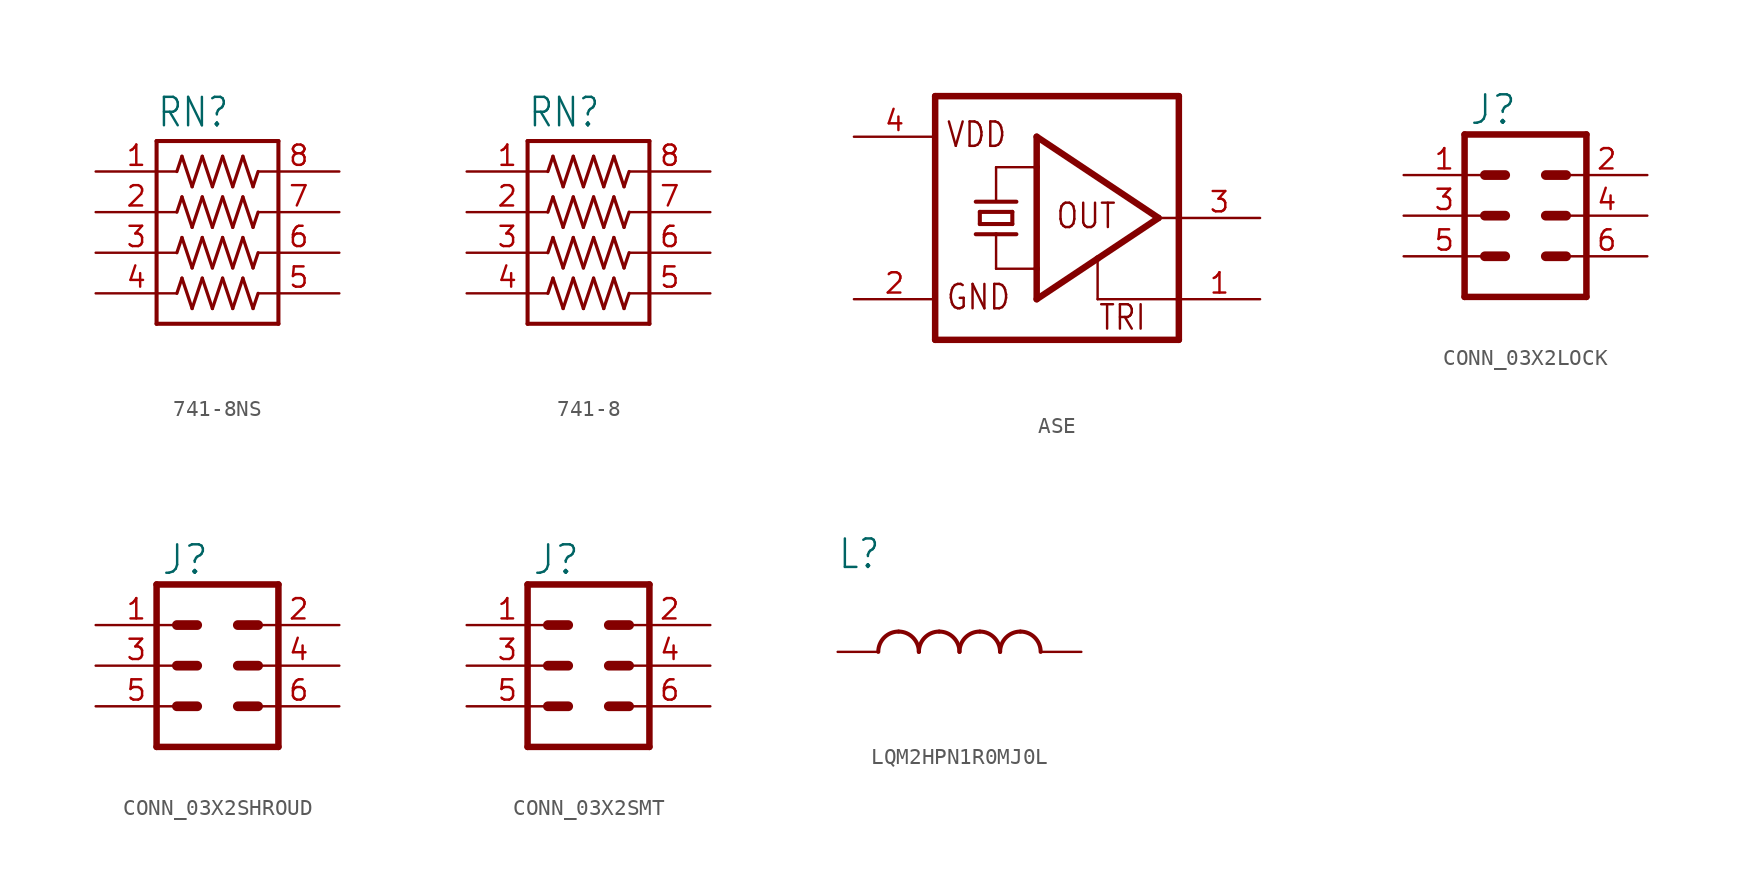
<source format=kicad_sym>
(kicad_symbol_lib
  (version 20231120)
  (generator "kicad_symbol_editor")
  (generator_version "8.0")
  (symbol "741-8NS"
    (property "Reference" "RN"
      (at -3.81 5.207 0)
      (effects (font (size 1.778 1.511)) (justify left bottom)))
    (property "Value" ""
      (at -3.81 -9.525 0)
      (effects (font (size 1.778 1.511)) (justify left bottom)))
    (property "ki_locked" ""
      (at 0 0 0)
      (effects (font (size 1.27 1.27))))
    (symbol "741-8NS_1_0"
      (polyline (pts (xy -3.81 -6.985) (xy -3.81 4.445)) (stroke (width 0.254) (type solid)) (fill (type none)))
      (polyline (pts (xy -3.81 4.445) (xy 3.81 4.445)) (stroke (width 0.254) (type solid)) (fill (type none)))
      (polyline (pts (xy -2.223 -4.128) (xy -2.54 -5.08)) (stroke (width 0.203) (type solid)) (fill (type none)))
      (polyline (pts (xy -2.223 -1.587) (xy -2.54 -2.54)) (stroke (width 0.203) (type solid)) (fill (type none)))
      (polyline (pts (xy -2.223 0.953) (xy -2.54 0)) (stroke (width 0.203) (type solid)) (fill (type none)))
      (polyline (pts (xy -2.223 3.493) (xy -2.54 2.54)) (stroke (width 0.203) (type solid)) (fill (type none)))
      (polyline (pts (xy -1.587 -6.032) (xy -2.223 -4.128)) (stroke (width 0.203) (type solid)) (fill (type none)))
      (polyline (pts (xy -1.587 -3.493) (xy -2.223 -1.587)) (stroke (width 0.203) (type solid)) (fill (type none)))
      (polyline (pts (xy -1.587 -0.953) (xy -2.223 0.953)) (stroke (width 0.203) (type solid)) (fill (type none)))
      (polyline (pts (xy -1.587 1.587) (xy -2.223 3.493)) (stroke (width 0.203) (type solid)) (fill (type none)))
      (polyline (pts (xy -0.953 -4.128) (xy -1.587 -6.032)) (stroke (width 0.203) (type solid)) (fill (type none)))
      (polyline (pts (xy -0.953 -1.587) (xy -1.587 -3.493)) (stroke (width 0.203) (type solid)) (fill (type none)))
      (polyline (pts (xy -0.953 0.953) (xy -1.587 -0.953)) (stroke (width 0.203) (type solid)) (fill (type none)))
      (polyline (pts (xy -0.953 3.493) (xy -1.587 1.587)) (stroke (width 0.203) (type solid)) (fill (type none)))
      (polyline (pts (xy -0.318 -6.032) (xy -0.953 -4.128)) (stroke (width 0.203) (type solid)) (fill (type none)))
      (polyline (pts (xy -0.318 -3.493) (xy -0.953 -1.587)) (stroke (width 0.203) (type solid)) (fill (type none)))
      (polyline (pts (xy -0.318 -0.953) (xy -0.953 0.953)) (stroke (width 0.203) (type solid)) (fill (type none)))
      (polyline (pts (xy -0.318 1.587) (xy -0.953 3.493)) (stroke (width 0.203) (type solid)) (fill (type none)))
      (polyline (pts (xy 0.318 -4.128) (xy -0.318 -6.032)) (stroke (width 0.203) (type solid)) (fill (type none)))
      (polyline (pts (xy 0.318 -1.587) (xy -0.318 -3.493)) (stroke (width 0.203) (type solid)) (fill (type none)))
      (polyline (pts (xy 0.318 0.953) (xy -0.318 -0.953)) (stroke (width 0.203) (type solid)) (fill (type none)))
      (polyline (pts (xy 0.318 3.493) (xy -0.318 1.587)) (stroke (width 0.203) (type solid)) (fill (type none)))
      (polyline (pts (xy 0.953 -6.032) (xy 0.318 -4.128)) (stroke (width 0.203) (type solid)) (fill (type none)))
      (polyline (pts (xy 0.953 -3.493) (xy 0.318 -1.587)) (stroke (width 0.203) (type solid)) (fill (type none)))
      (polyline (pts (xy 0.953 -0.953) (xy 0.318 0.953)) (stroke (width 0.203) (type solid)) (fill (type none)))
      (polyline (pts (xy 0.953 1.587) (xy 0.318 3.493)) (stroke (width 0.203) (type solid)) (fill (type none)))
      (polyline (pts (xy 1.587 -4.128) (xy 0.953 -6.032)) (stroke (width 0.203) (type solid)) (fill (type none)))
      (polyline (pts (xy 1.587 -1.587) (xy 0.953 -3.493)) (stroke (width 0.203) (type solid)) (fill (type none)))
      (polyline (pts (xy 1.587 0.953) (xy 0.953 -0.953)) (stroke (width 0.203) (type solid)) (fill (type none)))
      (polyline (pts (xy 1.587 3.493) (xy 0.953 1.587)) (stroke (width 0.203) (type solid)) (fill (type none)))
      (polyline (pts (xy 2.223 -6.032) (xy 1.587 -4.128)) (stroke (width 0.203) (type solid)) (fill (type none)))
      (polyline (pts (xy 2.223 -3.493) (xy 1.587 -1.587)) (stroke (width 0.203) (type solid)) (fill (type none)))
      (polyline (pts (xy 2.223 -0.953) (xy 1.587 0.953)) (stroke (width 0.203) (type solid)) (fill (type none)))
      (polyline (pts (xy 2.223 1.587) (xy 1.587 3.493)) (stroke (width 0.203) (type solid)) (fill (type none)))
      (polyline (pts (xy 2.54 -5.08) (xy 2.223 -6.032)) (stroke (width 0.203) (type solid)) (fill (type none)))
      (polyline (pts (xy 2.54 -2.54) (xy 2.223 -3.493)) (stroke (width 0.203) (type solid)) (fill (type none)))
      (polyline (pts (xy 2.54 0) (xy 2.223 -0.953)) (stroke (width 0.203) (type solid)) (fill (type none)))
      (polyline (pts (xy 2.54 2.54) (xy 2.223 1.587)) (stroke (width 0.203) (type solid)) (fill (type none)))
      (polyline (pts (xy 3.81 -6.985) (xy -3.81 -6.985)) (stroke (width 0.254) (type solid)) (fill (type none)))
      (polyline (pts (xy 3.81 4.445) (xy 3.81 -6.985)) (stroke (width 0.254) (type solid)) (fill (type none)))
      (pin passive line (at -7.62 2.54 0) (length 5.08) (name "1" (effects (font (size 0 0)))) (number "1" (effects (font (size 1.27 1.27)))))
      (pin passive line (at -7.62 0 0) (length 5.08) (name "2" (effects (font (size 0 0)))) (number "2" (effects (font (size 1.27 1.27)))))
      (pin passive line (at -7.62 -2.54 0) (length 5.08) (name "3" (effects (font (size 0 0)))) (number "3" (effects (font (size 1.27 1.27)))))
      (pin passive line (at -7.62 -5.08 0) (length 5.08) (name "4" (effects (font (size 0 0)))) (number "4" (effects (font (size 1.27 1.27)))))
      (pin passive line (at 7.62 -5.08 180) (length 5.08) (name "5" (effects (font (size 0 0)))) (number "5" (effects (font (size 1.27 1.27)))))
      (pin passive line (at 7.62 -2.54 180) (length 5.08) (name "6" (effects (font (size 0 0)))) (number "6" (effects (font (size 1.27 1.27)))))
      (pin passive line (at 7.62 0 180) (length 5.08) (name "7" (effects (font (size 0 0)))) (number "7" (effects (font (size 1.27 1.27)))))
      (pin passive line (at 7.62 2.54 180) (length 5.08) (name "8" (effects (font (size 0 0)))) (number "8" (effects (font (size 1.27 1.27)))))))
  (symbol "741-8"
    (property "Reference" "RN"
      (at -3.81 5.207 0)
      (effects (font (size 1.778 1.511)) (justify left bottom)))
    (property "Value" ""
      (at -3.81 -9.525 0)
      (effects (font (size 1.778 1.511)) (justify left bottom)))
    (property "ki_locked" ""
      (at 0 0 0)
      (effects (font (size 1.27 1.27))))
    (symbol "741-8_1_0"
      (polyline (pts (xy -3.81 -6.985) (xy -3.81 4.445)) (stroke (width 0.254) (type solid)) (fill (type none)))
      (polyline (pts (xy -3.81 4.445) (xy 3.81 4.445)) (stroke (width 0.254) (type solid)) (fill (type none)))
      (polyline (pts (xy -2.223 -4.128) (xy -2.54 -5.08)) (stroke (width 0.203) (type solid)) (fill (type none)))
      (polyline (pts (xy -2.223 -1.587) (xy -2.54 -2.54)) (stroke (width 0.203) (type solid)) (fill (type none)))
      (polyline (pts (xy -2.223 0.953) (xy -2.54 0)) (stroke (width 0.203) (type solid)) (fill (type none)))
      (polyline (pts (xy -2.223 3.493) (xy -2.54 2.54)) (stroke (width 0.203) (type solid)) (fill (type none)))
      (polyline (pts (xy -1.587 -6.032) (xy -2.223 -4.128)) (stroke (width 0.203) (type solid)) (fill (type none)))
      (polyline (pts (xy -1.587 -3.493) (xy -2.223 -1.587)) (stroke (width 0.203) (type solid)) (fill (type none)))
      (polyline (pts (xy -1.587 -0.953) (xy -2.223 0.953)) (stroke (width 0.203) (type solid)) (fill (type none)))
      (polyline (pts (xy -1.587 1.587) (xy -2.223 3.493)) (stroke (width 0.203) (type solid)) (fill (type none)))
      (polyline (pts (xy -0.953 -4.128) (xy -1.587 -6.032)) (stroke (width 0.203) (type solid)) (fill (type none)))
      (polyline (pts (xy -0.953 -1.587) (xy -1.587 -3.493)) (stroke (width 0.203) (type solid)) (fill (type none)))
      (polyline (pts (xy -0.953 0.953) (xy -1.587 -0.953)) (stroke (width 0.203) (type solid)) (fill (type none)))
      (polyline (pts (xy -0.953 3.493) (xy -1.587 1.587)) (stroke (width 0.203) (type solid)) (fill (type none)))
      (polyline (pts (xy -0.318 -6.032) (xy -0.953 -4.128)) (stroke (width 0.203) (type solid)) (fill (type none)))
      (polyline (pts (xy -0.318 -3.493) (xy -0.953 -1.587)) (stroke (width 0.203) (type solid)) (fill (type none)))
      (polyline (pts (xy -0.318 -0.953) (xy -0.953 0.953)) (stroke (width 0.203) (type solid)) (fill (type none)))
      (polyline (pts (xy -0.318 1.587) (xy -0.953 3.493)) (stroke (width 0.203) (type solid)) (fill (type none)))
      (polyline (pts (xy 0.318 -4.128) (xy -0.318 -6.032)) (stroke (width 0.203) (type solid)) (fill (type none)))
      (polyline (pts (xy 0.318 -1.587) (xy -0.318 -3.493)) (stroke (width 0.203) (type solid)) (fill (type none)))
      (polyline (pts (xy 0.318 0.953) (xy -0.318 -0.953)) (stroke (width 0.203) (type solid)) (fill (type none)))
      (polyline (pts (xy 0.318 3.493) (xy -0.318 1.587)) (stroke (width 0.203) (type solid)) (fill (type none)))
      (polyline (pts (xy 0.953 -6.032) (xy 0.318 -4.128)) (stroke (width 0.203) (type solid)) (fill (type none)))
      (polyline (pts (xy 0.953 -3.493) (xy 0.318 -1.587)) (stroke (width 0.203) (type solid)) (fill (type none)))
      (polyline (pts (xy 0.953 -0.953) (xy 0.318 0.953)) (stroke (width 0.203) (type solid)) (fill (type none)))
      (polyline (pts (xy 0.953 1.587) (xy 0.318 3.493)) (stroke (width 0.203) (type solid)) (fill (type none)))
      (polyline (pts (xy 1.587 -4.128) (xy 0.953 -6.032)) (stroke (width 0.203) (type solid)) (fill (type none)))
      (polyline (pts (xy 1.587 -1.587) (xy 0.953 -3.493)) (stroke (width 0.203) (type solid)) (fill (type none)))
      (polyline (pts (xy 1.587 0.953) (xy 0.953 -0.953)) (stroke (width 0.203) (type solid)) (fill (type none)))
      (polyline (pts (xy 1.587 3.493) (xy 0.953 1.587)) (stroke (width 0.203) (type solid)) (fill (type none)))
      (polyline (pts (xy 2.223 -6.032) (xy 1.587 -4.128)) (stroke (width 0.203) (type solid)) (fill (type none)))
      (polyline (pts (xy 2.223 -3.493) (xy 1.587 -1.587)) (stroke (width 0.203) (type solid)) (fill (type none)))
      (polyline (pts (xy 2.223 -0.953) (xy 1.587 0.953)) (stroke (width 0.203) (type solid)) (fill (type none)))
      (polyline (pts (xy 2.223 1.587) (xy 1.587 3.493)) (stroke (width 0.203) (type solid)) (fill (type none)))
      (polyline (pts (xy 2.54 -5.08) (xy 2.223 -6.032)) (stroke (width 0.203) (type solid)) (fill (type none)))
      (polyline (pts (xy 2.54 -2.54) (xy 2.223 -3.493)) (stroke (width 0.203) (type solid)) (fill (type none)))
      (polyline (pts (xy 2.54 0) (xy 2.223 -0.953)) (stroke (width 0.203) (type solid)) (fill (type none)))
      (polyline (pts (xy 2.54 2.54) (xy 2.223 1.587)) (stroke (width 0.203) (type solid)) (fill (type none)))
      (polyline (pts (xy 3.81 -6.985) (xy -3.81 -6.985)) (stroke (width 0.254) (type solid)) (fill (type none)))
      (polyline (pts (xy 3.81 4.445) (xy 3.81 -6.985)) (stroke (width 0.254) (type solid)) (fill (type none)))
      (pin passive line (at -7.62 2.54 0) (length 5.08) (name "1" (effects (font (size 0 0)))) (number "1" (effects (font (size 1.27 1.27)))))
      (pin passive line (at -7.62 0 0) (length 5.08) (name "2" (effects (font (size 0 0)))) (number "2" (effects (font (size 1.27 1.27)))))
      (pin passive line (at -7.62 -2.54 0) (length 5.08) (name "3" (effects (font (size 0 0)))) (number "3" (effects (font (size 1.27 1.27)))))
      (pin passive line (at -7.62 -5.08 0) (length 5.08) (name "4" (effects (font (size 0 0)))) (number "4" (effects (font (size 1.27 1.27)))))
      (pin passive line (at 7.62 -5.08 180) (length 5.08) (name "5" (effects (font (size 0 0)))) (number "5" (effects (font (size 1.27 1.27)))))
      (pin passive line (at 7.62 -2.54 180) (length 5.08) (name "6" (effects (font (size 0 0)))) (number "6" (effects (font (size 1.27 1.27)))))
      (pin passive line (at 7.62 0 180) (length 5.08) (name "7" (effects (font (size 0 0)))) (number "7" (effects (font (size 1.27 1.27)))))
      (pin passive line (at 7.62 2.54 180) (length 5.08) (name "8" (effects (font (size 0 0)))) (number "8" (effects (font (size 1.27 1.27)))))))
  (symbol "ASE"
    (property "Reference" ""
      (at -7.62 8.255 0)
      (effects (font (size 1.778 1.511)) (justify left bottom) (hide yes)))
    (property "Value" ""
      (at -7.62 -10.16 0)
      (effects (font (size 1.778 1.511)) (justify left bottom)))
    (property "ki_locked" ""
      (at 0 0 0)
      (effects (font (size 1.27 1.27))))
    (symbol "ASE_1_0"
      (polyline (pts (xy -7.62 7.62) (xy -7.62 -7.62)) (stroke (width 0.406) (type solid)) (fill (type none)))
      (polyline (pts (xy -7.62 7.62) (xy 7.62 7.62)) (stroke (width 0.406) (type solid)) (fill (type none)))
      (polyline (pts (xy -5.08 -1.016) (xy -3.81 -1.016)) (stroke (width 0.254) (type solid)) (fill (type none)))
      (polyline (pts (xy -5.08 1.016) (xy -2.54 1.016)) (stroke (width 0.254) (type solid)) (fill (type none)))
      (polyline (pts (xy -4.826 -0.381) (xy -4.826 0.381)) (stroke (width 0.254) (type solid)) (fill (type none)))
      (polyline (pts (xy -4.826 -0.381) (xy -2.794 -0.381)) (stroke (width 0.254) (type solid)) (fill (type none)))
      (polyline (pts (xy -4.826 0.381) (xy -2.794 0.381)) (stroke (width 0.254) (type solid)) (fill (type none)))
      (polyline (pts (xy -3.81 -3.175) (xy -3.81 -1.016)) (stroke (width 0.152) (type solid)) (fill (type none)))
      (polyline (pts (xy -3.81 -3.175) (xy -1.27 -3.175)) (stroke (width 0.152) (type solid)) (fill (type none)))
      (polyline (pts (xy -3.81 -1.016) (xy -2.54 -1.016)) (stroke (width 0.254) (type solid)) (fill (type none)))
      (polyline (pts (xy -3.81 1.016) (xy -3.81 3.175)) (stroke (width 0.152) (type solid)) (fill (type none)))
      (polyline (pts (xy -3.81 3.175) (xy -1.27 3.175)) (stroke (width 0.152) (type solid)) (fill (type none)))
      (polyline (pts (xy -2.794 0.381) (xy -2.794 -0.381)) (stroke (width 0.254) (type solid)) (fill (type none)))
      (polyline (pts (xy -1.27 -5.08) (xy -1.27 -3.175)) (stroke (width 0.406) (type solid)) (fill (type none)))
      (polyline (pts (xy -1.27 -3.175) (xy -1.27 3.175)) (stroke (width 0.406) (type solid)) (fill (type none)))
      (polyline (pts (xy -1.27 3.175) (xy -1.27 5.08)) (stroke (width 0.406) (type solid)) (fill (type none)))
      (polyline (pts (xy -1.27 5.08) (xy 6.35 0)) (stroke (width 0.406) (type solid)) (fill (type none)))
      (polyline (pts (xy 2.54 -5.08) (xy 2.54 -2.54)) (stroke (width 0.152) (type solid)) (fill (type none)))
      (polyline (pts (xy 2.54 -2.54) (xy -1.27 -5.08)) (stroke (width 0.406) (type solid)) (fill (type none)))
      (polyline (pts (xy 6.35 0) (xy 2.54 -2.54)) (stroke (width 0.406) (type solid)) (fill (type none)))
      (polyline (pts (xy 6.35 0) (xy 7.62 0)) (stroke (width 0.152) (type solid)) (fill (type none)))
      (polyline (pts (xy 7.62 -7.62) (xy -7.62 -7.62)) (stroke (width 0.406) (type solid)) (fill (type none)))
      (polyline (pts (xy 7.62 -7.62) (xy 7.62 -5.08)) (stroke (width 0.406) (type solid)) (fill (type none)))
      (polyline (pts (xy 7.62 -5.08) (xy 2.54 -5.08)) (stroke (width 0.152) (type solid)) (fill (type none)))
      (polyline (pts (xy 7.62 -5.08) (xy 7.62 0)) (stroke (width 0.406) (type solid)) (fill (type none)))
      (polyline (pts (xy 7.62 0) (xy 7.62 7.62)) (stroke (width 0.406) (type solid)) (fill (type none)))
      (text "GND" (at -6.985 -5.842 0) (effects (font (size 1.524 1.295)) (justify left bottom)))
      (text "OUT" (at -0.127 -0.762 0) (effects (font (size 1.524 1.295)) (justify left bottom)))
      (text "TRI" (at 2.54 -7.112 0) (effects (font (size 1.524 1.295)) (justify left bottom)))
      (text "VDD" (at -6.985 4.318 0) (effects (font (size 1.524 1.295)) (justify left bottom)))
      (pin input line (at 12.7 -5.08 180) (length 5.08) (name "TRI" (effects (font (size 0 0)))) (number "1" (effects (font (size 1.27 1.27)))))
      (pin power_in line (at -12.7 -5.08 0) (length 5.08) (name "GND" (effects (font (size 0 0)))) (number "2" (effects (font (size 1.27 1.27)))))
      (pin output line (at 12.7 0 180) (length 5.08) (name "OUT" (effects (font (size 0 0)))) (number "3" (effects (font (size 1.27 1.27)))))
      (pin power_in line (at -12.7 5.08 0) (length 5.08) (name "VDD" (effects (font (size 0 0)))) (number "4" (effects (font (size 1.27 1.27)))))))
  (symbol "CONN_03X2LOCK"
    (property "Reference" "J"
      (at -3.556 5.588 0)
      (effects (font (size 1.778 1.778)) (justify left bottom)))
    (property "Value" ""
      (at -3.302 -5.842 0)
      (effects (font (size 1.778 1.778)) (justify left top)))
    (property "ki_locked" ""
      (at 0 0 0)
      (effects (font (size 1.27 1.27))))
    (symbol "CONN_03X2LOCK_1_0"
      (polyline (pts (xy -3.81 5.08) (xy -3.81 -5.08)) (stroke (width 0.406) (type solid)) (fill (type none)))
      (polyline (pts (xy -3.81 5.08) (xy 3.81 5.08)) (stroke (width 0.406) (type solid)) (fill (type none)))
      (polyline (pts (xy -1.27 -2.54) (xy -2.54 -2.54)) (stroke (width 0.61) (type solid)) (fill (type none)))
      (polyline (pts (xy -1.27 0) (xy -2.54 0)) (stroke (width 0.61) (type solid)) (fill (type none)))
      (polyline (pts (xy -1.27 2.54) (xy -2.54 2.54)) (stroke (width 0.61) (type solid)) (fill (type none)))
      (polyline (pts (xy 1.27 -2.54) (xy 2.54 -2.54)) (stroke (width 0.61) (type solid)) (fill (type none)))
      (polyline (pts (xy 1.27 0) (xy 2.54 0)) (stroke (width 0.61) (type solid)) (fill (type none)))
      (polyline (pts (xy 1.27 2.54) (xy 2.54 2.54)) (stroke (width 0.61) (type solid)) (fill (type none)))
      (polyline (pts (xy 3.81 -5.08) (xy -3.81 -5.08)) (stroke (width 0.406) (type solid)) (fill (type none)))
      (polyline (pts (xy 3.81 -5.08) (xy 3.81 5.08)) (stroke (width 0.406) (type solid)) (fill (type none)))
      (pin bidirectional line (at -7.62 2.54 0) (length 5.08) (name "1" (effects (font (size 0 0)))) (number "1" (effects (font (size 1.27 1.27)))))
      (pin bidirectional line (at 7.62 2.54 180) (length 5.08) (name "2" (effects (font (size 0 0)))) (number "2" (effects (font (size 1.27 1.27)))))
      (pin bidirectional line (at -7.62 0 0) (length 5.08) (name "3" (effects (font (size 0 0)))) (number "3" (effects (font (size 1.27 1.27)))))
      (pin bidirectional line (at 7.62 0 180) (length 5.08) (name "4" (effects (font (size 0 0)))) (number "4" (effects (font (size 1.27 1.27)))))
      (pin bidirectional line (at -7.62 -2.54 0) (length 5.08) (name "5" (effects (font (size 0 0)))) (number "5" (effects (font (size 1.27 1.27)))))
      (pin bidirectional line (at 7.62 -2.54 180) (length 5.08) (name "6" (effects (font (size 0 0)))) (number "6" (effects (font (size 1.27 1.27)))))))
  (symbol "CONN_03X2SHROUD"
    (property "Reference" "J"
      (at -3.556 5.588 0)
      (effects (font (size 1.778 1.778)) (justify left bottom)))
    (property "Value" ""
      (at -3.302 -5.842 0)
      (effects (font (size 1.778 1.778)) (justify left top)))
    (property "ki_locked" ""
      (at 0 0 0)
      (effects (font (size 1.27 1.27))))
    (symbol "CONN_03X2SHROUD_1_0"
      (polyline (pts (xy -3.81 5.08) (xy -3.81 -5.08)) (stroke (width 0.406) (type solid)) (fill (type none)))
      (polyline (pts (xy -3.81 5.08) (xy 3.81 5.08)) (stroke (width 0.406) (type solid)) (fill (type none)))
      (polyline (pts (xy -1.27 -2.54) (xy -2.54 -2.54)) (stroke (width 0.61) (type solid)) (fill (type none)))
      (polyline (pts (xy -1.27 0) (xy -2.54 0)) (stroke (width 0.61) (type solid)) (fill (type none)))
      (polyline (pts (xy -1.27 2.54) (xy -2.54 2.54)) (stroke (width 0.61) (type solid)) (fill (type none)))
      (polyline (pts (xy 1.27 -2.54) (xy 2.54 -2.54)) (stroke (width 0.61) (type solid)) (fill (type none)))
      (polyline (pts (xy 1.27 0) (xy 2.54 0)) (stroke (width 0.61) (type solid)) (fill (type none)))
      (polyline (pts (xy 1.27 2.54) (xy 2.54 2.54)) (stroke (width 0.61) (type solid)) (fill (type none)))
      (polyline (pts (xy 3.81 -5.08) (xy -3.81 -5.08)) (stroke (width 0.406) (type solid)) (fill (type none)))
      (polyline (pts (xy 3.81 -5.08) (xy 3.81 5.08)) (stroke (width 0.406) (type solid)) (fill (type none)))
      (pin bidirectional line (at -7.62 2.54 0) (length 5.08) (name "1" (effects (font (size 0 0)))) (number "1" (effects (font (size 1.27 1.27)))))
      (pin bidirectional line (at 7.62 2.54 180) (length 5.08) (name "2" (effects (font (size 0 0)))) (number "2" (effects (font (size 1.27 1.27)))))
      (pin bidirectional line (at -7.62 0 0) (length 5.08) (name "3" (effects (font (size 0 0)))) (number "3" (effects (font (size 1.27 1.27)))))
      (pin bidirectional line (at 7.62 0 180) (length 5.08) (name "4" (effects (font (size 0 0)))) (number "4" (effects (font (size 1.27 1.27)))))
      (pin bidirectional line (at -7.62 -2.54 0) (length 5.08) (name "5" (effects (font (size 0 0)))) (number "5" (effects (font (size 1.27 1.27)))))
      (pin bidirectional line (at 7.62 -2.54 180) (length 5.08) (name "6" (effects (font (size 0 0)))) (number "6" (effects (font (size 1.27 1.27)))))))
  (symbol "CONN_03X2SMT"
    (property "Reference" "J"
      (at -3.556 5.588 0)
      (effects (font (size 1.778 1.778)) (justify left bottom)))
    (property "Value" ""
      (at -3.302 -5.842 0)
      (effects (font (size 1.778 1.778)) (justify left top)))
    (property "ki_locked" ""
      (at 0 0 0)
      (effects (font (size 1.27 1.27))))
    (symbol "CONN_03X2SMT_1_0"
      (polyline (pts (xy -3.81 5.08) (xy -3.81 -5.08)) (stroke (width 0.406) (type solid)) (fill (type none)))
      (polyline (pts (xy -3.81 5.08) (xy 3.81 5.08)) (stroke (width 0.406) (type solid)) (fill (type none)))
      (polyline (pts (xy -1.27 -2.54) (xy -2.54 -2.54)) (stroke (width 0.61) (type solid)) (fill (type none)))
      (polyline (pts (xy -1.27 0) (xy -2.54 0)) (stroke (width 0.61) (type solid)) (fill (type none)))
      (polyline (pts (xy -1.27 2.54) (xy -2.54 2.54)) (stroke (width 0.61) (type solid)) (fill (type none)))
      (polyline (pts (xy 1.27 -2.54) (xy 2.54 -2.54)) (stroke (width 0.61) (type solid)) (fill (type none)))
      (polyline (pts (xy 1.27 0) (xy 2.54 0)) (stroke (width 0.61) (type solid)) (fill (type none)))
      (polyline (pts (xy 1.27 2.54) (xy 2.54 2.54)) (stroke (width 0.61) (type solid)) (fill (type none)))
      (polyline (pts (xy 3.81 -5.08) (xy -3.81 -5.08)) (stroke (width 0.406) (type solid)) (fill (type none)))
      (polyline (pts (xy 3.81 -5.08) (xy 3.81 5.08)) (stroke (width 0.406) (type solid)) (fill (type none)))
      (pin bidirectional line (at -7.62 2.54 0) (length 5.08) (name "1" (effects (font (size 0 0)))) (number "1" (effects (font (size 1.27 1.27)))))
      (pin bidirectional line (at 7.62 2.54 180) (length 5.08) (name "2" (effects (font (size 0 0)))) (number "2" (effects (font (size 1.27 1.27)))))
      (pin bidirectional line (at -7.62 0 0) (length 5.08) (name "3" (effects (font (size 0 0)))) (number "3" (effects (font (size 1.27 1.27)))))
      (pin bidirectional line (at 7.62 0 180) (length 5.08) (name "4" (effects (font (size 0 0)))) (number "4" (effects (font (size 1.27 1.27)))))
      (pin bidirectional line (at -7.62 -2.54 0) (length 5.08) (name "5" (effects (font (size 0 0)))) (number "5" (effects (font (size 1.27 1.27)))))
      (pin bidirectional line (at 7.62 -2.54 180) (length 5.08) (name "6" (effects (font (size 0 0)))) (number "6" (effects (font (size 1.27 1.27)))))))
  (symbol "LQM2HPN1R0MJ0L"
    (property "Reference" "L"
      (at -7.631 5.088 0)
      (effects (font (size 1.781 1.514)) (justify left bottom)))
    (property "Value" ""
      (at -7.62 -4.318 0)
      (effects (font (size 1.778 1.511)) (justify left bottom)))
    (property "ki_locked" ""
      (at 0 0 0)
      (effects (font (size 1.27 1.27))))
    (symbol "LQM2HPN1R0MJ0L_1_0"
      (arc (start -3.81 1.27) (mid -4.708 0.898) (end -5.08 0) (stroke (width 0.254) (type solid)) (fill (type none)))
      (arc (start -2.54 0) (mid -2.912 0.898) (end -3.81 1.27) (stroke (width 0.254) (type solid)) (fill (type none)))
      (arc (start -1.27 1.27) (mid -2.168 0.898) (end -2.54 0) (stroke (width 0.254) (type solid)) (fill (type none)))
      (arc (start 0 0) (mid -0.372 0.898) (end -1.27 1.27) (stroke (width 0.254) (type solid)) (fill (type none)))
      (arc (start 1.27 1.27) (mid 0.372 0.898) (end 0 0) (stroke (width 0.254) (type solid)) (fill (type none)))
      (arc (start 2.54 0) (mid 2.168 0.898) (end 1.27 1.27) (stroke (width 0.254) (type solid)) (fill (type none)))
      (arc (start 3.81 1.27) (mid 2.912 0.898) (end 2.54 0) (stroke (width 0.254) (type solid)) (fill (type none)))
      (arc (start 5.08 0) (mid 4.708 0.898) (end 3.81 1.27) (stroke (width 0.254) (type solid)) (fill (type none)))
      (pin passive line (at -7.62 0 0) (length 2.54) (name "1" (effects (font (size 0 0)))) (number "1" (effects (font (size 0 0)))))
      (pin passive line (at 7.62 0 180) (length 2.54) (name "2" (effects (font (size 0 0)))) (number "2" (effects (font (size 0 0))))))))
</source>
